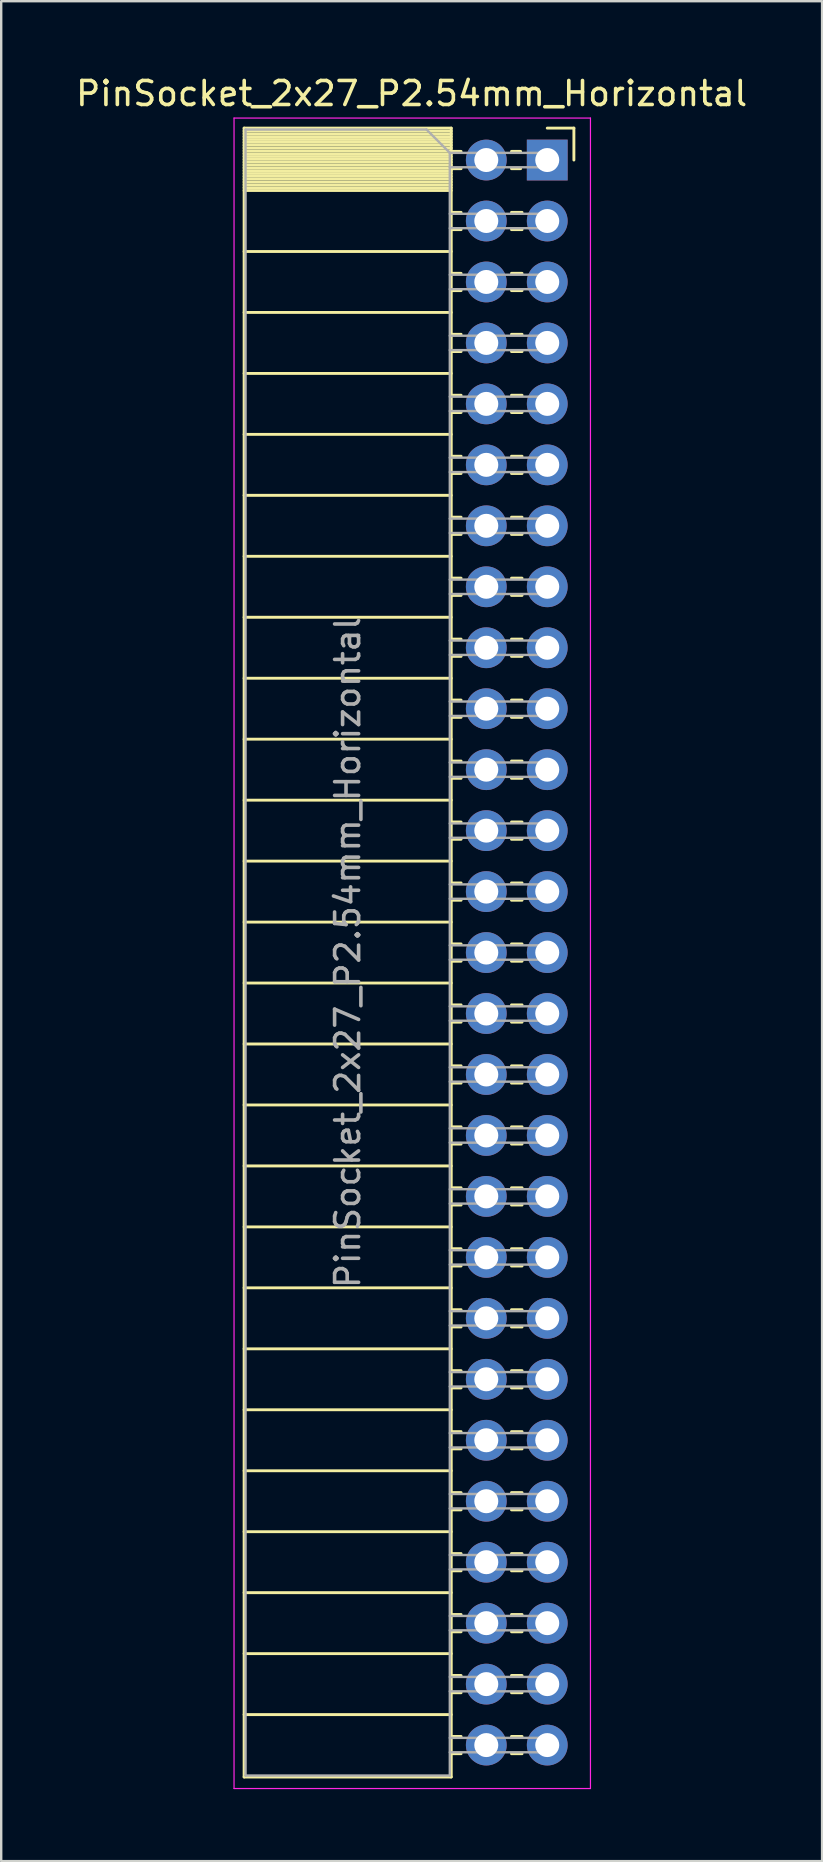
<source format=kicad_pcb>
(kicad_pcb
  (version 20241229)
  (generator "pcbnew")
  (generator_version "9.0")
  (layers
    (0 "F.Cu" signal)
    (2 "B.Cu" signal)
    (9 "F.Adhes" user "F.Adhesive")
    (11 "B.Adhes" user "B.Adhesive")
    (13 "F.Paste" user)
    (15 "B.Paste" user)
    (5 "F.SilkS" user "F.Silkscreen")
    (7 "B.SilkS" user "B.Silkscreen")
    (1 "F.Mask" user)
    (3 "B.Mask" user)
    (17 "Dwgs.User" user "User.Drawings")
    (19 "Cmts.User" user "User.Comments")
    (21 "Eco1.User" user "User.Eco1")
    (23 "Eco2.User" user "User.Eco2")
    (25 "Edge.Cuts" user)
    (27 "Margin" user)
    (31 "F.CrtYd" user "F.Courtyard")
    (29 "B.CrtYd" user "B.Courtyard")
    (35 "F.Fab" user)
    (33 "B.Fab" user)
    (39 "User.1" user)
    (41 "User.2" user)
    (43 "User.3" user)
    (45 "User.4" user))
  (footprint "PinSocket_2x27_P2.54mm_Horizontal"
    (layer "F.Cu")
    (at 19.751 3.618)
    (property "Reference" "PinSocket_2x27_P2.54mm_Horizontal" (at -5.65 -2.77 0) (layer "F.SilkS") (effects (font (size 1 1) (thickness 0.15))))
    (attr through_hole)
    (fp_line (start -12.63 -1.33) (end -12.63 67.37) (stroke (width 0.12) (type solid)) (layer "F.SilkS"))
    (fp_line (start -12.63 -1.33) (end -4 -1.33) (stroke (width 0.12) (type solid)) (layer "F.SilkS"))
    (fp_line (start -12.63 -1.21) (end -4 -1.21) (stroke (width 0.12) (type solid)) (layer "F.SilkS"))
    (fp_line (start -12.63 -1.092) (end -4 -1.092) (stroke (width 0.12) (type solid)) (layer "F.SilkS"))
    (fp_line (start -12.63 -0.974) (end -4 -0.974) (stroke (width 0.12) (type solid)) (layer "F.SilkS"))
    (fp_line (start -12.63 -0.856) (end -4 -0.856) (stroke (width 0.12) (type solid)) (layer "F.SilkS"))
    (fp_line (start -12.63 -0.738) (end -4 -0.738) (stroke (width 0.12) (type solid)) (layer "F.SilkS"))
    (fp_line (start -12.63 -0.62) (end -4 -0.62) (stroke (width 0.12) (type solid)) (layer "F.SilkS"))
    (fp_line (start -12.63 -0.501) (end -4 -0.501) (stroke (width 0.12) (type solid)) (layer "F.SilkS"))
    (fp_line (start -12.63 -0.383) (end -4 -0.383) (stroke (width 0.12) (type solid)) (layer "F.SilkS"))
    (fp_line (start -12.63 -0.265) (end -4 -0.265) (stroke (width 0.12) (type solid)) (layer "F.SilkS"))
    (fp_line (start -12.63 -0.147) (end -4 -0.147) (stroke (width 0.12) (type solid)) (layer "F.SilkS"))
    (fp_line (start -12.63 -0.029) (end -4 -0.029) (stroke (width 0.12) (type solid)) (layer "F.SilkS"))
    (fp_line (start -12.63 0.089) (end -4 0.089) (stroke (width 0.12) (type solid)) (layer "F.SilkS"))
    (fp_line (start -12.63 0.207) (end -4 0.207) (stroke (width 0.12) (type solid)) (layer "F.SilkS"))
    (fp_line (start -12.63 0.325) (end -4 0.325) (stroke (width 0.12) (type solid)) (layer "F.SilkS"))
    (fp_line (start -12.63 0.443) (end -4 0.443) (stroke (width 0.12) (type solid)) (layer "F.SilkS"))
    (fp_line (start -12.63 0.561) (end -4 0.561) (stroke (width 0.12) (type solid)) (layer "F.SilkS"))
    (fp_line (start -12.63 0.68) (end -4 0.68) (stroke (width 0.12) (type solid)) (layer "F.SilkS"))
    (fp_line (start -12.63 0.798) (end -4 0.798) (stroke (width 0.12) (type solid)) (layer "F.SilkS"))
    (fp_line (start -12.63 0.916) (end -4 0.916) (stroke (width 0.12) (type solid)) (layer "F.SilkS"))
    (fp_line (start -12.63 1.034) (end -4 1.034) (stroke (width 0.12) (type solid)) (layer "F.SilkS"))
    (fp_line (start -12.63 1.152) (end -4 1.152) (stroke (width 0.12) (type solid)) (layer "F.SilkS"))
    (fp_line (start -12.63 1.27) (end -4 1.27) (stroke (width 0.12) (type solid)) (layer "F.SilkS"))
    (fp_line (start -12.63 3.81) (end -4 3.81) (stroke (width 0.12) (type solid)) (layer "F.SilkS"))
    (fp_line (start -12.63 6.35) (end -4 6.35) (stroke (width 0.12) (type solid)) (layer "F.SilkS"))
    (fp_line (start -12.63 8.89) (end -4 8.89) (stroke (width 0.12) (type solid)) (layer "F.SilkS"))
    (fp_line (start -12.63 11.43) (end -4 11.43) (stroke (width 0.12) (type solid)) (layer "F.SilkS"))
    (fp_line (start -12.63 13.97) (end -4 13.97) (stroke (width 0.12) (type solid)) (layer "F.SilkS"))
    (fp_line (start -12.63 16.51) (end -4 16.51) (stroke (width 0.12) (type solid)) (layer "F.SilkS"))
    (fp_line (start -12.63 19.05) (end -4 19.05) (stroke (width 0.12) (type solid)) (layer "F.SilkS"))
    (fp_line (start -12.63 21.59) (end -4 21.59) (stroke (width 0.12) (type solid)) (layer "F.SilkS"))
    (fp_line (start -12.63 24.13) (end -4 24.13) (stroke (width 0.12) (type solid)) (layer "F.SilkS"))
    (fp_line (start -12.63 26.67) (end -4 26.67) (stroke (width 0.12) (type solid)) (layer "F.SilkS"))
    (fp_line (start -12.63 29.21) (end -4 29.21) (stroke (width 0.12) (type solid)) (layer "F.SilkS"))
    (fp_line (start -12.63 31.75) (end -4 31.75) (stroke (width 0.12) (type solid)) (layer "F.SilkS"))
    (fp_line (start -12.63 34.29) (end -4 34.29) (stroke (width 0.12) (type solid)) (layer "F.SilkS"))
    (fp_line (start -12.63 36.83) (end -4 36.83) (stroke (width 0.12) (type solid)) (layer "F.SilkS"))
    (fp_line (start -12.63 39.37) (end -4 39.37) (stroke (width 0.12) (type solid)) (layer "F.SilkS"))
    (fp_line (start -12.63 41.91) (end -4 41.91) (stroke (width 0.12) (type solid)) (layer "F.SilkS"))
    (fp_line (start -12.63 44.45) (end -4 44.45) (stroke (width 0.12) (type solid)) (layer "F.SilkS"))
    (fp_line (start -12.63 46.99) (end -4 46.99) (stroke (width 0.12) (type solid)) (layer "F.SilkS"))
    (fp_line (start -12.63 49.53) (end -4 49.53) (stroke (width 0.12) (type solid)) (layer "F.SilkS"))
    (fp_line (start -12.63 52.07) (end -4 52.07) (stroke (width 0.12) (type solid)) (layer "F.SilkS"))
    (fp_line (start -12.63 54.61) (end -4 54.61) (stroke (width 0.12) (type solid)) (layer "F.SilkS"))
    (fp_line (start -12.63 57.15) (end -4 57.15) (stroke (width 0.12) (type solid)) (layer "F.SilkS"))
    (fp_line (start -12.63 59.69) (end -4 59.69) (stroke (width 0.12) (type solid)) (layer "F.SilkS"))
    (fp_line (start -12.63 62.23) (end -4 62.23) (stroke (width 0.12) (type solid)) (layer "F.SilkS"))
    (fp_line (start -12.63 64.77) (end -4 64.77) (stroke (width 0.12) (type solid)) (layer "F.SilkS"))
    (fp_line (start -12.63 67.37) (end -4 67.37) (stroke (width 0.12) (type solid)) (layer "F.SilkS"))
    (fp_line (start -4 -1.33) (end -4 67.37) (stroke (width 0.12) (type solid)) (layer "F.SilkS"))
    (fp_line (start -4 -0.36) (end -3.59 -0.36) (stroke (width 0.12) (type solid)) (layer "F.SilkS"))
    (fp_line (start -4 0.36) (end -3.59 0.36) (stroke (width 0.12) (type solid)) (layer "F.SilkS"))
    (fp_line (start -4 2.18) (end -3.59 2.18) (stroke (width 0.12) (type solid)) (layer "F.SilkS"))
    (fp_line (start -4 2.9) (end -3.59 2.9) (stroke (width 0.12) (type solid)) (layer "F.SilkS"))
    (fp_line (start -4 4.72) (end -3.59 4.72) (stroke (width 0.12) (type solid)) (layer "F.SilkS"))
    (fp_line (start -4 5.44) (end -3.59 5.44) (stroke (width 0.12) (type solid)) (layer "F.SilkS"))
    (fp_line (start -4 7.26) (end -3.59 7.26) (stroke (width 0.12) (type solid)) (layer "F.SilkS"))
    (fp_line (start -4 7.98) (end -3.59 7.98) (stroke (width 0.12) (type solid)) (layer "F.SilkS"))
    (fp_line (start -4 9.8) (end -3.59 9.8) (stroke (width 0.12) (type solid)) (layer "F.SilkS"))
    (fp_line (start -4 10.52) (end -3.59 10.52) (stroke (width 0.12) (type solid)) (layer "F.SilkS"))
    (fp_line (start -4 12.34) (end -3.59 12.34) (stroke (width 0.12) (type solid)) (layer "F.SilkS"))
    (fp_line (start -4 13.06) (end -3.59 13.06) (stroke (width 0.12) (type solid)) (layer "F.SilkS"))
    (fp_line (start -4 14.88) (end -3.59 14.88) (stroke (width 0.12) (type solid)) (layer "F.SilkS"))
    (fp_line (start -4 15.6) (end -3.59 15.6) (stroke (width 0.12) (type solid)) (layer "F.SilkS"))
    (fp_line (start -4 17.42) (end -3.59 17.42) (stroke (width 0.12) (type solid)) (layer "F.SilkS"))
    (fp_line (start -4 18.14) (end -3.59 18.14) (stroke (width 0.12) (type solid)) (layer "F.SilkS"))
    (fp_line (start -4 19.96) (end -3.59 19.96) (stroke (width 0.12) (type solid)) (layer "F.SilkS"))
    (fp_line (start -4 20.68) (end -3.59 20.68) (stroke (width 0.12) (type solid)) (layer "F.SilkS"))
    (fp_line (start -4 22.5) (end -3.59 22.5) (stroke (width 0.12) (type solid)) (layer "F.SilkS"))
    (fp_line (start -4 23.22) (end -3.59 23.22) (stroke (width 0.12) (type solid)) (layer "F.SilkS"))
    (fp_line (start -4 25.04) (end -3.59 25.04) (stroke (width 0.12) (type solid)) (layer "F.SilkS"))
    (fp_line (start -4 25.76) (end -3.59 25.76) (stroke (width 0.12) (type solid)) (layer "F.SilkS"))
    (fp_line (start -4 27.58) (end -3.59 27.58) (stroke (width 0.12) (type solid)) (layer "F.SilkS"))
    (fp_line (start -4 28.3) (end -3.59 28.3) (stroke (width 0.12) (type solid)) (layer "F.SilkS"))
    (fp_line (start -4 30.12) (end -3.59 30.12) (stroke (width 0.12) (type solid)) (layer "F.SilkS"))
    (fp_line (start -4 30.84) (end -3.59 30.84) (stroke (width 0.12) (type solid)) (layer "F.SilkS"))
    (fp_line (start -4 32.66) (end -3.59 32.66) (stroke (width 0.12) (type solid)) (layer "F.SilkS"))
    (fp_line (start -4 33.38) (end -3.59 33.38) (stroke (width 0.12) (type solid)) (layer "F.SilkS"))
    (fp_line (start -4 35.2) (end -3.59 35.2) (stroke (width 0.12) (type solid)) (layer "F.SilkS"))
    (fp_line (start -4 35.92) (end -3.59 35.92) (stroke (width 0.12) (type solid)) (layer "F.SilkS"))
    (fp_line (start -4 37.74) (end -3.59 37.74) (stroke (width 0.12) (type solid)) (layer "F.SilkS"))
    (fp_line (start -4 38.46) (end -3.59 38.46) (stroke (width 0.12) (type solid)) (layer "F.SilkS"))
    (fp_line (start -4 40.28) (end -3.59 40.28) (stroke (width 0.12) (type solid)) (layer "F.SilkS"))
    (fp_line (start -4 41) (end -3.59 41) (stroke (width 0.12) (type solid)) (layer "F.SilkS"))
    (fp_line (start -4 42.82) (end -3.59 42.82) (stroke (width 0.12) (type solid)) (layer "F.SilkS"))
    (fp_line (start -4 43.54) (end -3.59 43.54) (stroke (width 0.12) (type solid)) (layer "F.SilkS"))
    (fp_line (start -4 45.36) (end -3.59 45.36) (stroke (width 0.12) (type solid)) (layer "F.SilkS"))
    (fp_line (start -4 46.08) (end -3.59 46.08) (stroke (width 0.12) (type solid)) (layer "F.SilkS"))
    (fp_line (start -4 47.9) (end -3.59 47.9) (stroke (width 0.12) (type solid)) (layer "F.SilkS"))
    (fp_line (start -4 48.62) (end -3.59 48.62) (stroke (width 0.12) (type solid)) (layer "F.SilkS"))
    (fp_line (start -4 50.44) (end -3.59 50.44) (stroke (width 0.12) (type solid)) (layer "F.SilkS"))
    (fp_line (start -4 51.16) (end -3.59 51.16) (stroke (width 0.12) (type solid)) (layer "F.SilkS"))
    (fp_line (start -4 52.98) (end -3.59 52.98) (stroke (width 0.12) (type solid)) (layer "F.SilkS"))
    (fp_line (start -4 53.7) (end -3.59 53.7) (stroke (width 0.12) (type solid)) (layer "F.SilkS"))
    (fp_line (start -4 55.52) (end -3.59 55.52) (stroke (width 0.12) (type solid)) (layer "F.SilkS"))
    (fp_line (start -4 56.24) (end -3.59 56.24) (stroke (width 0.12) (type solid)) (layer "F.SilkS"))
    (fp_line (start -4 58.06) (end -3.59 58.06) (stroke (width 0.12) (type solid)) (layer "F.SilkS"))
    (fp_line (start -4 58.78) (end -3.59 58.78) (stroke (width 0.12) (type solid)) (layer "F.SilkS"))
    (fp_line (start -4 60.6) (end -3.59 60.6) (stroke (width 0.12) (type solid)) (layer "F.SilkS"))
    (fp_line (start -4 61.32) (end -3.59 61.32) (stroke (width 0.12) (type solid)) (layer "F.SilkS"))
    (fp_line (start -4 63.14) (end -3.59 63.14) (stroke (width 0.12) (type solid)) (layer "F.SilkS"))
    (fp_line (start -4 63.86) (end -3.59 63.86) (stroke (width 0.12) (type solid)) (layer "F.SilkS"))
    (fp_line (start -4 65.68) (end -3.59 65.68) (stroke (width 0.12) (type solid)) (layer "F.SilkS"))
    (fp_line (start -4 66.4) (end -3.59 66.4) (stroke (width 0.12) (type solid)) (layer "F.SilkS"))
    (fp_line (start -1.49 -0.36) (end -1.11 -0.36) (stroke (width 0.12) (type solid)) (layer "F.SilkS"))
    (fp_line (start -1.49 0.36) (end -1.11 0.36) (stroke (width 0.12) (type solid)) (layer "F.SilkS"))
    (fp_line (start -1.49 2.18) (end -1.05 2.18) (stroke (width 0.12) (type solid)) (layer "F.SilkS"))
    (fp_line (start -1.49 2.9) (end -1.05 2.9) (stroke (width 0.12) (type solid)) (layer "F.SilkS"))
    (fp_line (start -1.49 4.72) (end -1.05 4.72) (stroke (width 0.12) (type solid)) (layer "F.SilkS"))
    (fp_line (start -1.49 5.44) (end -1.05 5.44) (stroke (width 0.12) (type solid)) (layer "F.SilkS"))
    (fp_line (start -1.49 7.26) (end -1.05 7.26) (stroke (width 0.12) (type solid)) (layer "F.SilkS"))
    (fp_line (start -1.49 7.98) (end -1.05 7.98) (stroke (width 0.12) (type solid)) (layer "F.SilkS"))
    (fp_line (start -1.49 9.8) (end -1.05 9.8) (stroke (width 0.12) (type solid)) (layer "F.SilkS"))
    (fp_line (start -1.49 10.52) (end -1.05 10.52) (stroke (width 0.12) (type solid)) (layer "F.SilkS"))
    (fp_line (start -1.49 12.34) (end -1.05 12.34) (stroke (width 0.12) (type solid)) (layer "F.SilkS"))
    (fp_line (start -1.49 13.06) (end -1.05 13.06) (stroke (width 0.12) (type solid)) (layer "F.SilkS"))
    (fp_line (start -1.49 14.88) (end -1.05 14.88) (stroke (width 0.12) (type solid)) (layer "F.SilkS"))
    (fp_line (start -1.49 15.6) (end -1.05 15.6) (stroke (width 0.12) (type solid)) (layer "F.SilkS"))
    (fp_line (start -1.49 17.42) (end -1.05 17.42) (stroke (width 0.12) (type solid)) (layer "F.SilkS"))
    (fp_line (start -1.49 18.14) (end -1.05 18.14) (stroke (width 0.12) (type solid)) (layer "F.SilkS"))
    (fp_line (start -1.49 19.96) (end -1.05 19.96) (stroke (width 0.12) (type solid)) (layer "F.SilkS"))
    (fp_line (start -1.49 20.68) (end -1.05 20.68) (stroke (width 0.12) (type solid)) (layer "F.SilkS"))
    (fp_line (start -1.49 22.5) (end -1.05 22.5) (stroke (width 0.12) (type solid)) (layer "F.SilkS"))
    (fp_line (start -1.49 23.22) (end -1.05 23.22) (stroke (width 0.12) (type solid)) (layer "F.SilkS"))
    (fp_line (start -1.49 25.04) (end -1.05 25.04) (stroke (width 0.12) (type solid)) (layer "F.SilkS"))
    (fp_line (start -1.49 25.76) (end -1.05 25.76) (stroke (width 0.12) (type solid)) (layer "F.SilkS"))
    (fp_line (start -1.49 27.58) (end -1.05 27.58) (stroke (width 0.12) (type solid)) (layer "F.SilkS"))
    (fp_line (start -1.49 28.3) (end -1.05 28.3) (stroke (width 0.12) (type solid)) (layer "F.SilkS"))
    (fp_line (start -1.49 30.12) (end -1.05 30.12) (stroke (width 0.12) (type solid)) (layer "F.SilkS"))
    (fp_line (start -1.49 30.84) (end -1.05 30.84) (stroke (width 0.12) (type solid)) (layer "F.SilkS"))
    (fp_line (start -1.49 32.66) (end -1.05 32.66) (stroke (width 0.12) (type solid)) (layer "F.SilkS"))
    (fp_line (start -1.49 33.38) (end -1.05 33.38) (stroke (width 0.12) (type solid)) (layer "F.SilkS"))
    (fp_line (start -1.49 35.2) (end -1.05 35.2) (stroke (width 0.12) (type solid)) (layer "F.SilkS"))
    (fp_line (start -1.49 35.92) (end -1.05 35.92) (stroke (width 0.12) (type solid)) (layer "F.SilkS"))
    (fp_line (start -1.49 37.74) (end -1.05 37.74) (stroke (width 0.12) (type solid)) (layer "F.SilkS"))
    (fp_line (start -1.49 38.46) (end -1.05 38.46) (stroke (width 0.12) (type solid)) (layer "F.SilkS"))
    (fp_line (start -1.49 40.28) (end -1.05 40.28) (stroke (width 0.12) (type solid)) (layer "F.SilkS"))
    (fp_line (start -1.49 41) (end -1.05 41) (stroke (width 0.12) (type solid)) (layer "F.SilkS"))
    (fp_line (start -1.49 42.82) (end -1.05 42.82) (stroke (width 0.12) (type solid)) (layer "F.SilkS"))
    (fp_line (start -1.49 43.54) (end -1.05 43.54) (stroke (width 0.12) (type solid)) (layer "F.SilkS"))
    (fp_line (start -1.49 45.36) (end -1.05 45.36) (stroke (width 0.12) (type solid)) (layer "F.SilkS"))
    (fp_line (start -1.49 46.08) (end -1.05 46.08) (stroke (width 0.12) (type solid)) (layer "F.SilkS"))
    (fp_line (start -1.49 47.9) (end -1.05 47.9) (stroke (width 0.12) (type solid)) (layer "F.SilkS"))
    (fp_line (start -1.49 48.62) (end -1.05 48.62) (stroke (width 0.12) (type solid)) (layer "F.SilkS"))
    (fp_line (start -1.49 50.44) (end -1.05 50.44) (stroke (width 0.12) (type solid)) (layer "F.SilkS"))
    (fp_line (start -1.49 51.16) (end -1.05 51.16) (stroke (width 0.12) (type solid)) (layer "F.SilkS"))
    (fp_line (start -1.49 52.98) (end -1.05 52.98) (stroke (width 0.12) (type solid)) (layer "F.SilkS"))
    (fp_line (start -1.49 53.7) (end -1.05 53.7) (stroke (width 0.12) (type solid)) (layer "F.SilkS"))
    (fp_line (start -1.49 55.52) (end -1.05 55.52) (stroke (width 0.12) (type solid)) (layer "F.SilkS"))
    (fp_line (start -1.49 56.24) (end -1.05 56.24) (stroke (width 0.12) (type solid)) (layer "F.SilkS"))
    (fp_line (start -1.49 58.06) (end -1.05 58.06) (stroke (width 0.12) (type solid)) (layer "F.SilkS"))
    (fp_line (start -1.49 58.78) (end -1.05 58.78) (stroke (width 0.12) (type solid)) (layer "F.SilkS"))
    (fp_line (start -1.49 60.6) (end -1.05 60.6) (stroke (width 0.12) (type solid)) (layer "F.SilkS"))
    (fp_line (start -1.49 61.32) (end -1.05 61.32) (stroke (width 0.12) (type solid)) (layer "F.SilkS"))
    (fp_line (start -1.49 63.14) (end -1.05 63.14) (stroke (width 0.12) (type solid)) (layer "F.SilkS"))
    (fp_line (start -1.49 63.86) (end -1.05 63.86) (stroke (width 0.12) (type solid)) (layer "F.SilkS"))
    (fp_line (start -1.49 65.68) (end -1.05 65.68) (stroke (width 0.12) (type solid)) (layer "F.SilkS"))
    (fp_line (start -1.49 66.4) (end -1.05 66.4) (stroke (width 0.12) (type solid)) (layer "F.SilkS"))
    (fp_line (start 0 -1.33) (end 1.11 -1.33) (stroke (width 0.12) (type solid)) (layer "F.SilkS"))
    (fp_line (start 1.11 -1.33) (end 1.11 0) (stroke (width 0.12) (type solid)) (layer "F.SilkS"))
    (fp_line (start -13.05 -1.75) (end -13.05 67.85) (stroke (width 0.05) (type solid)) (layer "F.CrtYd"))
    (fp_line (start -13.05 67.85) (end 1.8 67.85) (stroke (width 0.05) (type solid)) (layer "F.CrtYd"))
    (fp_line (start 1.8 -1.75) (end -13.05 -1.75) (stroke (width 0.05) (type solid)) (layer "F.CrtYd"))
    (fp_line (start 1.8 67.85) (end 1.8 -1.75) (stroke (width 0.05) (type solid)) (layer "F.CrtYd"))
    (fp_line (start -12.57 -1.27) (end -5.03 -1.27) (stroke (width 0.1) (type solid)) (layer "F.Fab"))
    (fp_line (start -12.57 67.31) (end -12.57 -1.27) (stroke (width 0.1) (type solid)) (layer "F.Fab"))
    (fp_line (start -5.03 -1.27) (end -4.06 -0.3) (stroke (width 0.1) (type solid)) (layer "F.Fab"))
    (fp_line (start -4.06 -0.3) (end -4.06 67.31) (stroke (width 0.1) (type solid)) (layer "F.Fab"))
    (fp_line (start -4.06 0.3) (end 0 0.3) (stroke (width 0.1) (type solid)) (layer "F.Fab"))
    (fp_line (start -4.06 2.84) (end 0 2.84) (stroke (width 0.1) (type solid)) (layer "F.Fab"))
    (fp_line (start -4.06 5.38) (end 0 5.38) (stroke (width 0.1) (type solid)) (layer "F.Fab"))
    (fp_line (start -4.06 7.92) (end 0 7.92) (stroke (width 0.1) (type solid)) (layer "F.Fab"))
    (fp_line (start -4.06 10.46) (end 0 10.46) (stroke (width 0.1) (type solid)) (layer "F.Fab"))
    (fp_line (start -4.06 13) (end 0 13) (stroke (width 0.1) (type solid)) (layer "F.Fab"))
    (fp_line (start -4.06 15.54) (end 0 15.54) (stroke (width 0.1) (type solid)) (layer "F.Fab"))
    (fp_line (start -4.06 18.08) (end 0 18.08) (stroke (width 0.1) (type solid)) (layer "F.Fab"))
    (fp_line (start -4.06 20.62) (end 0 20.62) (stroke (width 0.1) (type solid)) (layer "F.Fab"))
    (fp_line (start -4.06 23.16) (end 0 23.16) (stroke (width 0.1) (type solid)) (layer "F.Fab"))
    (fp_line (start -4.06 25.7) (end 0 25.7) (stroke (width 0.1) (type solid)) (layer "F.Fab"))
    (fp_line (start -4.06 28.24) (end 0 28.24) (stroke (width 0.1) (type solid)) (layer "F.Fab"))
    (fp_line (start -4.06 30.78) (end 0 30.78) (stroke (width 0.1) (type solid)) (layer "F.Fab"))
    (fp_line (start -4.06 33.32) (end 0 33.32) (stroke (width 0.1) (type solid)) (layer "F.Fab"))
    (fp_line (start -4.06 35.86) (end 0 35.86) (stroke (width 0.1) (type solid)) (layer "F.Fab"))
    (fp_line (start -4.06 38.4) (end 0 38.4) (stroke (width 0.1) (type solid)) (layer "F.Fab"))
    (fp_line (start -4.06 40.94) (end 0 40.94) (stroke (width 0.1) (type solid)) (layer "F.Fab"))
    (fp_line (start -4.06 43.48) (end 0 43.48) (stroke (width 0.1) (type solid)) (layer "F.Fab"))
    (fp_line (start -4.06 46.02) (end 0 46.02) (stroke (width 0.1) (type solid)) (layer "F.Fab"))
    (fp_line (start -4.06 48.56) (end 0 48.56) (stroke (width 0.1) (type solid)) (layer "F.Fab"))
    (fp_line (start -4.06 51.1) (end 0 51.1) (stroke (width 0.1) (type solid)) (layer "F.Fab"))
    (fp_line (start -4.06 53.64) (end 0 53.64) (stroke (width 0.1) (type solid)) (layer "F.Fab"))
    (fp_line (start -4.06 56.18) (end 0 56.18) (stroke (width 0.1) (type solid)) (layer "F.Fab"))
    (fp_line (start -4.06 58.72) (end 0 58.72) (stroke (width 0.1) (type solid)) (layer "F.Fab"))
    (fp_line (start -4.06 61.26) (end 0 61.26) (stroke (width 0.1) (type solid)) (layer "F.Fab"))
    (fp_line (start -4.06 63.8) (end 0 63.8) (stroke (width 0.1) (type solid)) (layer "F.Fab"))
    (fp_line (start -4.06 66.34) (end 0 66.34) (stroke (width 0.1) (type solid)) (layer "F.Fab"))
    (fp_line (start -4.06 67.31) (end -12.57 67.31) (stroke (width 0.1) (type solid)) (layer "F.Fab"))
    (fp_line (start 0 -0.3) (end -4.06 -0.3) (stroke (width 0.1) (type solid)) (layer "F.Fab"))
    (fp_line (start 0 0.3) (end 0 -0.3) (stroke (width 0.1) (type solid)) (layer "F.Fab"))
    (fp_line (start 0 2.24) (end -4.06 2.24) (stroke (width 0.1) (type solid)) (layer "F.Fab"))
    (fp_line (start 0 2.84) (end 0 2.24) (stroke (width 0.1) (type solid)) (layer "F.Fab"))
    (fp_line (start 0 4.78) (end -4.06 4.78) (stroke (width 0.1) (type solid)) (layer "F.Fab"))
    (fp_line (start 0 5.38) (end 0 4.78) (stroke (width 0.1) (type solid)) (layer "F.Fab"))
    (fp_line (start 0 7.32) (end -4.06 7.32) (stroke (width 0.1) (type solid)) (layer "F.Fab"))
    (fp_line (start 0 7.92) (end 0 7.32) (stroke (width 0.1) (type solid)) (layer "F.Fab"))
    (fp_line (start 0 9.86) (end -4.06 9.86) (stroke (width 0.1) (type solid)) (layer "F.Fab"))
    (fp_line (start 0 10.46) (end 0 9.86) (stroke (width 0.1) (type solid)) (layer "F.Fab"))
    (fp_line (start 0 12.4) (end -4.06 12.4) (stroke (width 0.1) (type solid)) (layer "F.Fab"))
    (fp_line (start 0 13) (end 0 12.4) (stroke (width 0.1) (type solid)) (layer "F.Fab"))
    (fp_line (start 0 14.94) (end -4.06 14.94) (stroke (width 0.1) (type solid)) (layer "F.Fab"))
    (fp_line (start 0 15.54) (end 0 14.94) (stroke (width 0.1) (type solid)) (layer "F.Fab"))
    (fp_line (start 0 17.48) (end -4.06 17.48) (stroke (width 0.1) (type solid)) (layer "F.Fab"))
    (fp_line (start 0 18.08) (end 0 17.48) (stroke (width 0.1) (type solid)) (layer "F.Fab"))
    (fp_line (start 0 20.02) (end -4.06 20.02) (stroke (width 0.1) (type solid)) (layer "F.Fab"))
    (fp_line (start 0 20.62) (end 0 20.02) (stroke (width 0.1) (type solid)) (layer "F.Fab"))
    (fp_line (start 0 22.56) (end -4.06 22.56) (stroke (width 0.1) (type solid)) (layer "F.Fab"))
    (fp_line (start 0 23.16) (end 0 22.56) (stroke (width 0.1) (type solid)) (layer "F.Fab"))
    (fp_line (start 0 25.1) (end -4.06 25.1) (stroke (width 0.1) (type solid)) (layer "F.Fab"))
    (fp_line (start 0 25.7) (end 0 25.1) (stroke (width 0.1) (type solid)) (layer "F.Fab"))
    (fp_line (start 0 27.64) (end -4.06 27.64) (stroke (width 0.1) (type solid)) (layer "F.Fab"))
    (fp_line (start 0 28.24) (end 0 27.64) (stroke (width 0.1) (type solid)) (layer "F.Fab"))
    (fp_line (start 0 30.18) (end -4.06 30.18) (stroke (width 0.1) (type solid)) (layer "F.Fab"))
    (fp_line (start 0 30.78) (end 0 30.18) (stroke (width 0.1) (type solid)) (layer "F.Fab"))
    (fp_line (start 0 32.72) (end -4.06 32.72) (stroke (width 0.1) (type solid)) (layer "F.Fab"))
    (fp_line (start 0 33.32) (end 0 32.72) (stroke (width 0.1) (type solid)) (layer "F.Fab"))
    (fp_line (start 0 35.26) (end -4.06 35.26) (stroke (width 0.1) (type solid)) (layer "F.Fab"))
    (fp_line (start 0 35.86) (end 0 35.26) (stroke (width 0.1) (type solid)) (layer "F.Fab"))
    (fp_line (start 0 37.8) (end -4.06 37.8) (stroke (width 0.1) (type solid)) (layer "F.Fab"))
    (fp_line (start 0 38.4) (end 0 37.8) (stroke (width 0.1) (type solid)) (layer "F.Fab"))
    (fp_line (start 0 40.34) (end -4.06 40.34) (stroke (width 0.1) (type solid)) (layer "F.Fab"))
    (fp_line (start 0 40.94) (end 0 40.34) (stroke (width 0.1) (type solid)) (layer "F.Fab"))
    (fp_line (start 0 42.88) (end -4.06 42.88) (stroke (width 0.1) (type solid)) (layer "F.Fab"))
    (fp_line (start 0 43.48) (end 0 42.88) (stroke (width 0.1) (type solid)) (layer "F.Fab"))
    (fp_line (start 0 45.42) (end -4.06 45.42) (stroke (width 0.1) (type solid)) (layer "F.Fab"))
    (fp_line (start 0 46.02) (end 0 45.42) (stroke (width 0.1) (type solid)) (layer "F.Fab"))
    (fp_line (start 0 47.96) (end -4.06 47.96) (stroke (width 0.1) (type solid)) (layer "F.Fab"))
    (fp_line (start 0 48.56) (end 0 47.96) (stroke (width 0.1) (type solid)) (layer "F.Fab"))
    (fp_line (start 0 50.5) (end -4.06 50.5) (stroke (width 0.1) (type solid)) (layer "F.Fab"))
    (fp_line (start 0 51.1) (end 0 50.5) (stroke (width 0.1) (type solid)) (layer "F.Fab"))
    (fp_line (start 0 53.04) (end -4.06 53.04) (stroke (width 0.1) (type solid)) (layer "F.Fab"))
    (fp_line (start 0 53.64) (end 0 53.04) (stroke (width 0.1) (type solid)) (layer "F.Fab"))
    (fp_line (start 0 55.58) (end -4.06 55.58) (stroke (width 0.1) (type solid)) (layer "F.Fab"))
    (fp_line (start 0 56.18) (end 0 55.58) (stroke (width 0.1) (type solid)) (layer "F.Fab"))
    (fp_line (start 0 58.12) (end -4.06 58.12) (stroke (width 0.1) (type solid)) (layer "F.Fab"))
    (fp_line (start 0 58.72) (end 0 58.12) (stroke (width 0.1) (type solid)) (layer "F.Fab"))
    (fp_line (start 0 60.66) (end -4.06 60.66) (stroke (width 0.1) (type solid)) (layer "F.Fab"))
    (fp_line (start 0 61.26) (end 0 60.66) (stroke (width 0.1) (type solid)) (layer "F.Fab"))
    (fp_line (start 0 63.2) (end -4.06 63.2) (stroke (width 0.1) (type solid)) (layer "F.Fab"))
    (fp_line (start 0 63.8) (end 0 63.2) (stroke (width 0.1) (type solid)) (layer "F.Fab"))
    (fp_line (start 0 65.74) (end -4.06 65.74) (stroke (width 0.1) (type solid)) (layer "F.Fab"))
    (fp_line (start 0 66.34) (end 0 65.74) (stroke (width 0.1) (type solid)) (layer "F.Fab"))
    (fp_text user "${REFERENCE}" (at -8.315 33.02 90) (layer "F.Fab") (effects (font (size 1 1) (thickness 0.15))))
    (pad "1" thru_hole rect (at 0 0) (size 1.7 1.7) (drill 1) (layers "*.Cu" "*.Mask"))
    (pad "2" thru_hole circle (at -2.54 0) (size 1.7 1.7) (drill 1) (layers "*.Cu" "*.Mask"))
    (pad "3" thru_hole circle (at 0 2.54) (size 1.7 1.7) (drill 1) (layers "*.Cu" "*.Mask"))
    (pad "4" thru_hole circle (at -2.54 2.54) (size 1.7 1.7) (drill 1) (layers "*.Cu" "*.Mask"))
    (pad "5" thru_hole circle (at 0 5.08) (size 1.7 1.7) (drill 1) (layers "*.Cu" "*.Mask"))
    (pad "6" thru_hole circle (at -2.54 5.08) (size 1.7 1.7) (drill 1) (layers "*.Cu" "*.Mask"))
    (pad "7" thru_hole circle (at 0 7.62) (size 1.7 1.7) (drill 1) (layers "*.Cu" "*.Mask"))
    (pad "8" thru_hole circle (at -2.54 7.62) (size 1.7 1.7) (drill 1) (layers "*.Cu" "*.Mask"))
    (pad "9" thru_hole circle (at 0 10.16) (size 1.7 1.7) (drill 1) (layers "*.Cu" "*.Mask"))
    (pad "10" thru_hole circle (at -2.54 10.16) (size 1.7 1.7) (drill 1) (layers "*.Cu" "*.Mask"))
    (pad "11" thru_hole circle (at 0 12.7) (size 1.7 1.7) (drill 1) (layers "*.Cu" "*.Mask"))
    (pad "12" thru_hole circle (at -2.54 12.7) (size 1.7 1.7) (drill 1) (layers "*.Cu" "*.Mask"))
    (pad "13" thru_hole circle (at 0 15.24) (size 1.7 1.7) (drill 1) (layers "*.Cu" "*.Mask"))
    (pad "14" thru_hole circle (at -2.54 15.24) (size 1.7 1.7) (drill 1) (layers "*.Cu" "*.Mask"))
    (pad "15" thru_hole circle (at 0 17.78) (size 1.7 1.7) (drill 1) (layers "*.Cu" "*.Mask"))
    (pad "16" thru_hole circle (at -2.54 17.78) (size 1.7 1.7) (drill 1) (layers "*.Cu" "*.Mask"))
    (pad "17" thru_hole circle (at 0 20.32) (size 1.7 1.7) (drill 1) (layers "*.Cu" "*.Mask"))
    (pad "18" thru_hole circle (at -2.54 20.32) (size 1.7 1.7) (drill 1) (layers "*.Cu" "*.Mask"))
    (pad "19" thru_hole circle (at 0 22.86) (size 1.7 1.7) (drill 1) (layers "*.Cu" "*.Mask"))
    (pad "20" thru_hole circle (at -2.54 22.86) (size 1.7 1.7) (drill 1) (layers "*.Cu" "*.Mask"))
    (pad "21" thru_hole circle (at 0 25.4) (size 1.7 1.7) (drill 1) (layers "*.Cu" "*.Mask"))
    (pad "22" thru_hole circle (at -2.54 25.4) (size 1.7 1.7) (drill 1) (layers "*.Cu" "*.Mask"))
    (pad "23" thru_hole circle (at 0 27.94) (size 1.7 1.7) (drill 1) (layers "*.Cu" "*.Mask"))
    (pad "24" thru_hole circle (at -2.54 27.94) (size 1.7 1.7) (drill 1) (layers "*.Cu" "*.Mask"))
    (pad "25" thru_hole circle (at 0 30.48) (size 1.7 1.7) (drill 1) (layers "*.Cu" "*.Mask"))
    (pad "26" thru_hole circle (at -2.54 30.48) (size 1.7 1.7) (drill 1) (layers "*.Cu" "*.Mask"))
    (pad "27" thru_hole circle (at 0 33.02) (size 1.7 1.7) (drill 1) (layers "*.Cu" "*.Mask"))
    (pad "28" thru_hole circle (at -2.54 33.02) (size 1.7 1.7) (drill 1) (layers "*.Cu" "*.Mask"))
    (pad "29" thru_hole circle (at 0 35.56) (size 1.7 1.7) (drill 1) (layers "*.Cu" "*.Mask"))
    (pad "30" thru_hole circle (at -2.54 35.56) (size 1.7 1.7) (drill 1) (layers "*.Cu" "*.Mask"))
    (pad "31" thru_hole circle (at 0 38.1) (size 1.7 1.7) (drill 1) (layers "*.Cu" "*.Mask"))
    (pad "32" thru_hole circle (at -2.54 38.1) (size 1.7 1.7) (drill 1) (layers "*.Cu" "*.Mask"))
    (pad "33" thru_hole circle (at 0 40.64) (size 1.7 1.7) (drill 1) (layers "*.Cu" "*.Mask"))
    (pad "34" thru_hole circle (at -2.54 40.64) (size 1.7 1.7) (drill 1) (layers "*.Cu" "*.Mask"))
    (pad "35" thru_hole circle (at 0 43.18) (size 1.7 1.7) (drill 1) (layers "*.Cu" "*.Mask"))
    (pad "36" thru_hole circle (at -2.54 43.18) (size 1.7 1.7) (drill 1) (layers "*.Cu" "*.Mask"))
    (pad "37" thru_hole circle (at 0 45.72) (size 1.7 1.7) (drill 1) (layers "*.Cu" "*.Mask"))
    (pad "38" thru_hole circle (at -2.54 45.72) (size 1.7 1.7) (drill 1) (layers "*.Cu" "*.Mask"))
    (pad "39" thru_hole circle (at 0 48.26) (size 1.7 1.7) (drill 1) (layers "*.Cu" "*.Mask"))
    (pad "40" thru_hole circle (at -2.54 48.26) (size 1.7 1.7) (drill 1) (layers "*.Cu" "*.Mask"))
    (pad "41" thru_hole circle (at 0 50.8) (size 1.7 1.7) (drill 1) (layers "*.Cu" "*.Mask"))
    (pad "42" thru_hole circle (at -2.54 50.8) (size 1.7 1.7) (drill 1) (layers "*.Cu" "*.Mask"))
    (pad "43" thru_hole circle (at 0 53.34) (size 1.7 1.7) (drill 1) (layers "*.Cu" "*.Mask"))
    (pad "44" thru_hole circle (at -2.54 53.34) (size 1.7 1.7) (drill 1) (layers "*.Cu" "*.Mask"))
    (pad "45" thru_hole circle (at 0 55.88) (size 1.7 1.7) (drill 1) (layers "*.Cu" "*.Mask"))
    (pad "46" thru_hole circle (at -2.54 55.88) (size 1.7 1.7) (drill 1) (layers "*.Cu" "*.Mask"))
    (pad "47" thru_hole circle (at 0 58.42) (size 1.7 1.7) (drill 1) (layers "*.Cu" "*.Mask"))
    (pad "48" thru_hole circle (at -2.54 58.42) (size 1.7 1.7) (drill 1) (layers "*.Cu" "*.Mask"))
    (pad "49" thru_hole circle (at 0 60.96) (size 1.7 1.7) (drill 1) (layers "*.Cu" "*.Mask"))
    (pad "50" thru_hole circle (at -2.54 60.96) (size 1.7 1.7) (drill 1) (layers "*.Cu" "*.Mask"))
    (pad "51" thru_hole circle (at 0 63.5) (size 1.7 1.7) (drill 1) (layers "*.Cu" "*.Mask"))
    (pad "52" thru_hole circle (at -2.54 63.5) (size 1.7 1.7) (drill 1) (layers "*.Cu" "*.Mask"))
    (pad "53" thru_hole circle (at 0 66.04) (size 1.7 1.7) (drill 1) (layers "*.Cu" "*.Mask"))
    (pad "54" thru_hole circle (at -2.54 66.04) (size 1.7 1.7) (drill 1) (layers "*.Cu" "*.Mask")))
  (gr_rect
    (start -3 -3)
    (end 31.202 74.493)
    (stroke (width 0.1) (type default))
    (fill no)
    (layer "Edge.Cuts")))
</source>
